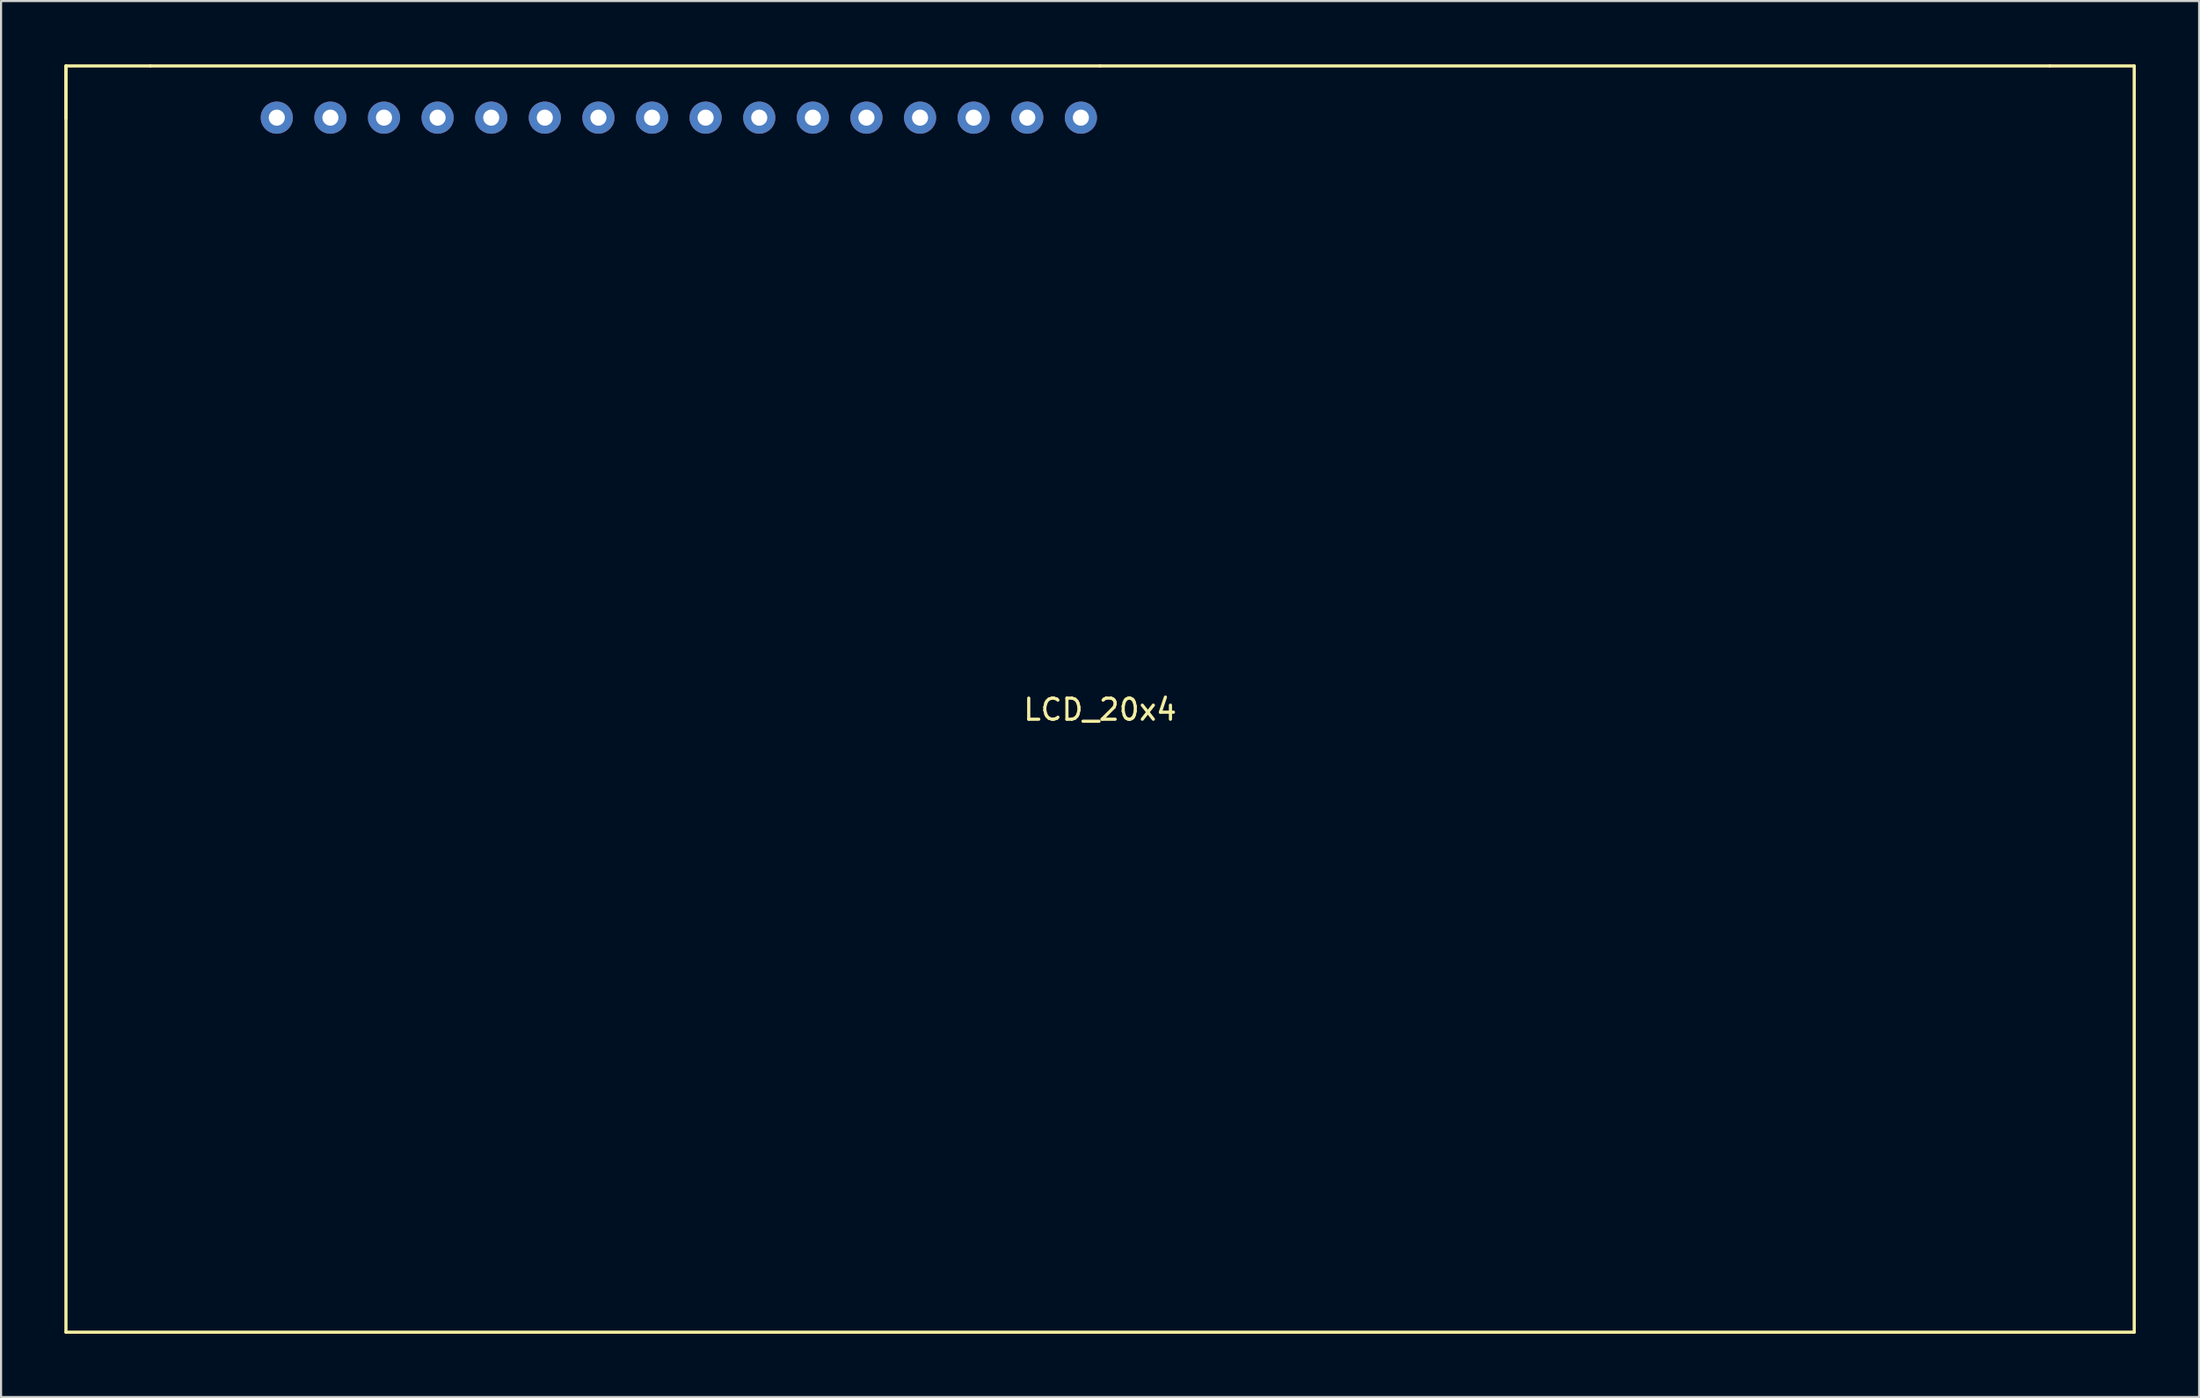
<source format=kicad_pcb>
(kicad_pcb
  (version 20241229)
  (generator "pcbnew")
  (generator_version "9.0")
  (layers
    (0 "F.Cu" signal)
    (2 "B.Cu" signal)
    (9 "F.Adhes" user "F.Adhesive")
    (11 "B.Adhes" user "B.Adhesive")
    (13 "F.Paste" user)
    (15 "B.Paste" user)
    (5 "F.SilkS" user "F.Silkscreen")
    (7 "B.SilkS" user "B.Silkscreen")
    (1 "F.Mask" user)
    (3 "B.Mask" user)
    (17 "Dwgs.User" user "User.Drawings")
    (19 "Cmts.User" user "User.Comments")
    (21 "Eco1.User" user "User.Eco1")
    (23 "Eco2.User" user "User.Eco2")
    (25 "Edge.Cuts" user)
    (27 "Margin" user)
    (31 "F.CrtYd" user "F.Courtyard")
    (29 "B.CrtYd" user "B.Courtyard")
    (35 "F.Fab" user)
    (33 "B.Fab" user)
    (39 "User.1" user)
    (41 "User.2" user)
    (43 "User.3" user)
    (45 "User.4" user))
  (footprint "LCD_20x4"
    (layer "F.Cu")
    (at 49.075 30.075)
    (property "Reference" "LCD_20x4" (at 0 0.5 0) (layer "F.SilkS") (effects (font (size 1 1) (thickness 0.15))))
    (attr through_hole)
    (fp_line (start -49 -30) (end -49 -27.5) (stroke (width 0.15) (type solid)) (layer "F.SilkS"))
    (fp_line (start -49 -30) (end -49 30) (stroke (width 0.15) (type solid)) (layer "F.SilkS"))
    (fp_line (start -49 30) (end 49 30) (stroke (width 0.15) (type solid)) (layer "F.SilkS"))
    (fp_line (start -45 -30) (end -49 -30) (stroke (width 0.15) (type solid)) (layer "F.SilkS"))
    (fp_line (start 0 -30) (end -45 -30) (stroke (width 0.15) (type solid)) (layer "F.SilkS"))
    (fp_line (start 0 -30) (end 45 -30) (stroke (width 0.15) (type solid)) (layer "F.SilkS"))
    (fp_line (start 45 -30) (end 49 -30) (stroke (width 0.15) (type solid)) (layer "F.SilkS"))
    (fp_line (start 49 30) (end 49 -30) (stroke (width 0.15) (type solid)) (layer "F.SilkS"))
    (pad "1" thru_hole circle (at -0.91 -27.55) (size 1.524 1.524) (drill 0.762) (layers "*.Cu" "*.Mask"))
    (pad "2" thru_hole circle (at -3.45 -27.55) (size 1.524 1.524) (drill 0.762) (layers "*.Cu" "*.Mask"))
    (pad "3" thru_hole circle (at -5.99 -27.55) (size 1.524 1.524) (drill 0.762) (layers "*.Cu" "*.Mask"))
    (pad "4" thru_hole circle (at -8.53 -27.55) (size 1.524 1.524) (drill 0.762) (layers "*.Cu" "*.Mask"))
    (pad "5" thru_hole circle (at -11.07 -27.55) (size 1.524 1.524) (drill 0.762) (layers "*.Cu" "*.Mask"))
    (pad "6" thru_hole circle (at -13.61 -27.55) (size 1.524 1.524) (drill 0.762) (layers "*.Cu" "*.Mask"))
    (pad "7" thru_hole circle (at -16.15 -27.55) (size 1.524 1.524) (drill 0.762) (layers "*.Cu" "*.Mask"))
    (pad "8" thru_hole circle (at -18.69 -27.55) (size 1.524 1.524) (drill 0.762) (layers "*.Cu" "*.Mask"))
    (pad "9" thru_hole circle (at -21.23 -27.55) (size 1.524 1.524) (drill 0.762) (layers "*.Cu" "*.Mask"))
    (pad "10" thru_hole circle (at -23.77 -27.55) (size 1.524 1.524) (drill 0.762) (layers "*.Cu" "*.Mask"))
    (pad "11" thru_hole circle (at -26.31 -27.55) (size 1.524 1.524) (drill 0.762) (layers "*.Cu" "*.Mask"))
    (pad "12" thru_hole circle (at -28.85 -27.55) (size 1.524 1.524) (drill 0.762) (layers "*.Cu" "*.Mask"))
    (pad "13" thru_hole circle (at -31.39 -27.55) (size 1.524 1.524) (drill 0.762) (layers "*.Cu" "*.Mask"))
    (pad "14" thru_hole circle (at -33.93 -27.55) (size 1.524 1.524) (drill 0.762) (layers "*.Cu" "*.Mask"))
    (pad "15" thru_hole circle (at -36.47 -27.55) (size 1.524 1.524) (drill 0.762) (layers "*.Cu" "*.Mask"))
    (pad "16" thru_hole circle (at -39.01 -27.55) (size 1.524 1.524) (drill 0.762) (layers "*.Cu" "*.Mask")))
  (gr_rect
    (start -3 -3)
    (end 101.15 63.15)
    (stroke (width 0.1) (type default))
    (fill no)
    (layer "Edge.Cuts")))
</source>
